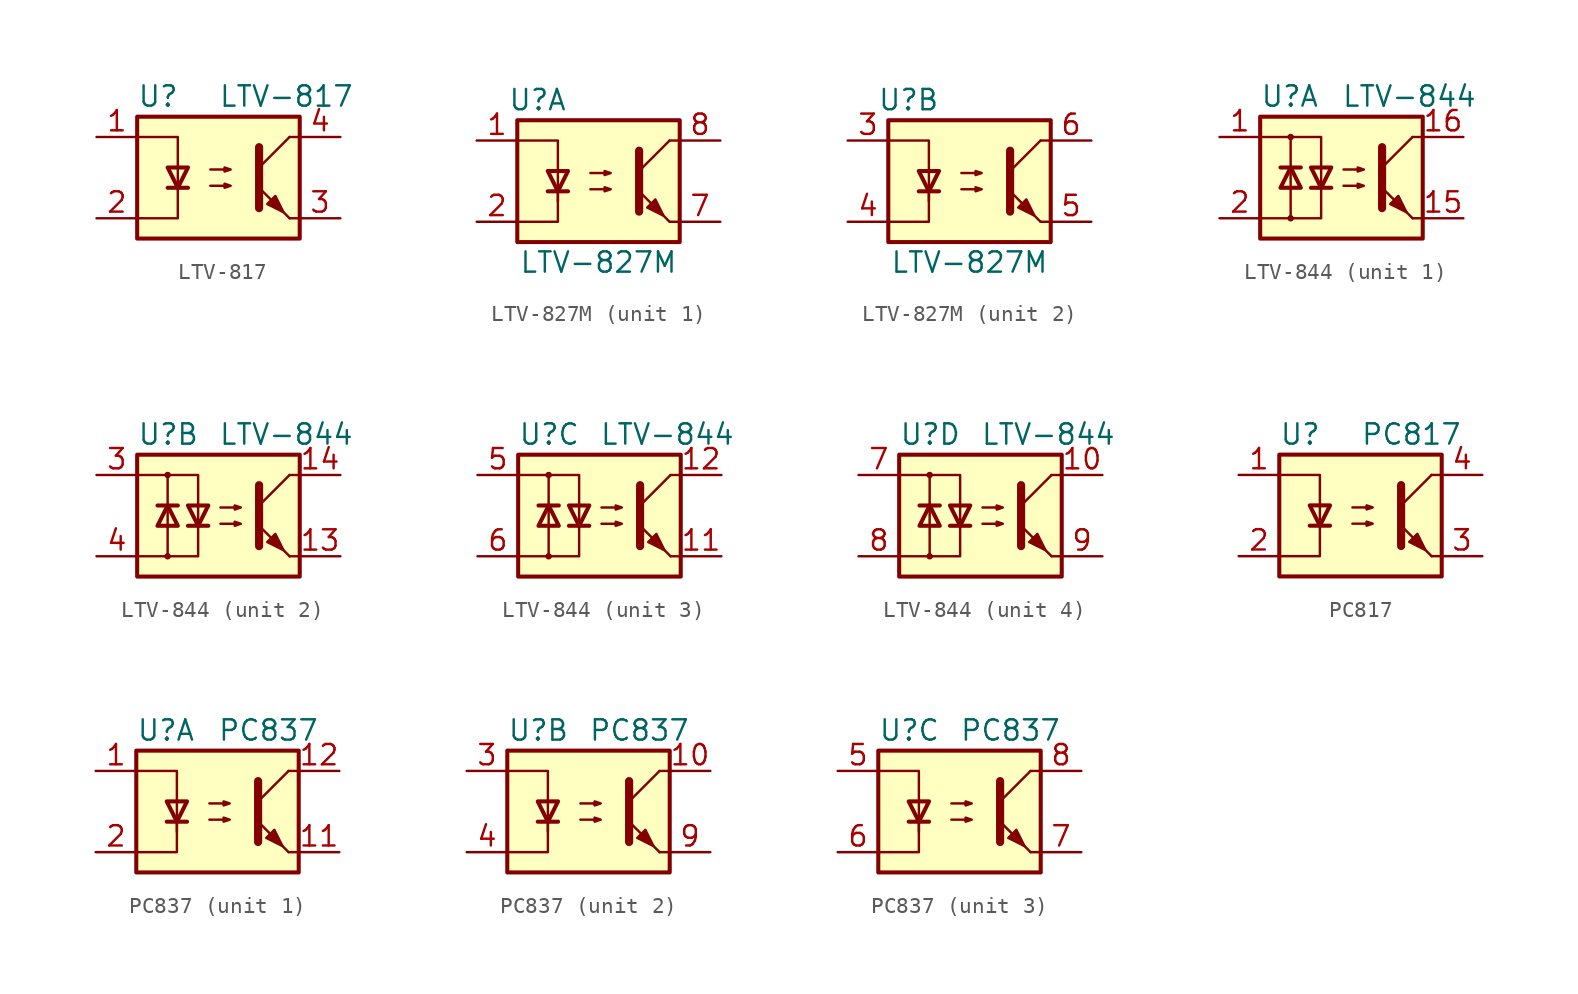
<source format=kicad_sym>
(kicad_symbol_lib
  (version 20201005)
  (generator kicad_symbol_editor)
  (symbol "LTV-817"
    (pin_names
      (offset 1.016))
    (property "Reference" "U"
      (at -5.08 5.08 0)
      (effects (font (size 1.27 1.27)) (justify left)))
    (property "Value" "LTV-817"
      (at 0 5.08 0)
      (effects (font (size 1.27 1.27)) (justify left)))
    (symbol "LTV-817_0_1"
      (rectangle (start -5.08 3.81) (end 5.08 -3.81) (stroke (width 0.254)) (fill (type background)))
      (polyline (pts (xy -3.175 -0.635) (xy -1.905 -0.635)) (stroke (width 0.254)) (fill (type none)))
      (polyline (pts (xy 2.54 0.635) (xy 4.445 2.54)) (stroke (width 0)) (fill (type none)))
      (polyline (pts (xy 4.445 -2.54) (xy 2.54 -0.635)) (stroke (width 0)) (fill (type outline)))
      (polyline (pts (xy 4.445 -2.54) (xy 5.08 -2.54)) (stroke (width 0)) (fill (type none)))
      (polyline (pts (xy 4.445 2.54) (xy 5.08 2.54)) (stroke (width 0)) (fill (type none)))
      (polyline (pts (xy -5.08 2.54) (xy -2.54 2.54) (xy -2.54 -0.762)) (stroke (width 0)) (fill (type none)))
      (polyline (pts (xy -2.54 -0.635) (xy -2.54 -2.54) (xy -5.08 -2.54)) (stroke (width 0)) (fill (type none)))
      (polyline (pts (xy 2.54 1.905) (xy 2.54 -1.905) (xy 2.54 -1.905)) (stroke (width 0.508)) (fill (type none)))
      (polyline (pts (xy -2.54 -0.635) (xy -3.175 0.635) (xy -1.905 0.635) (xy -2.54 -0.635)) (stroke (width 0.254)) (fill (type none)))
      (polyline (pts (xy -0.508 -0.508) (xy 0.762 -0.508) (xy 0.381 -0.635) (xy 0.381 -0.381) (xy 0.762 -0.508)) (stroke (width 0)) (fill (type none)))
      (polyline (pts (xy -0.508 0.508) (xy 0.762 0.508) (xy 0.381 0.381) (xy 0.381 0.635) (xy 0.762 0.508)) (stroke (width 0)) (fill (type none)))
      (polyline (pts (xy 3.048 -1.651) (xy 3.556 -1.143) (xy 4.064 -2.159) (xy 3.048 -1.651) (xy 3.048 -1.651)) (stroke (width 0)) (fill (type outline))))
    (symbol "LTV-817_1_1"
      (pin passive line (at -7.62 2.54 0) (length 2.54) (name "~" (effects (font (size 1.27 1.27)))) (number "1" (effects (font (size 1.27 1.27)))))
      (pin passive line (at -7.62 -2.54 0) (length 2.54) (name "~" (effects (font (size 1.27 1.27)))) (number "2" (effects (font (size 1.27 1.27)))))
      (pin passive line (at 7.62 -2.54 180) (length 2.54) (name "~" (effects (font (size 1.27 1.27)))) (number "3" (effects (font (size 1.27 1.27)))))
      (pin passive line (at 7.62 2.54 180) (length 2.54) (name "~" (effects (font (size 1.27 1.27)))) (number "4" (effects (font (size 1.27 1.27)))))))
  (symbol "LTV-827M"
    (pin_names
      (offset 1.016))
    (property "Reference" "U"
      (at -3.81 5.08 0)
      (effects (font (size 1.27 1.27))))
    (property "Value" "LTV-827M"
      (at 0 -5.08 0)
      (effects (font (size 1.27 1.27))))
    (symbol "LTV-827M_0_1"
      (rectangle (start -5.08 3.81) (end 5.08 -3.81) (stroke (width 0.254)) (fill (type background)))
      (polyline (pts (xy -3.175 -0.635) (xy -1.905 -0.635)) (stroke (width 0.254)) (fill (type none)))
      (polyline (pts (xy 2.54 0.635) (xy 4.445 2.54)) (stroke (width 0)) (fill (type none)))
      (polyline (pts (xy 4.445 -2.54) (xy 2.54 -0.635)) (stroke (width 0)) (fill (type outline)))
      (polyline (pts (xy 4.445 -2.54) (xy 5.08 -2.54)) (stroke (width 0)) (fill (type none)))
      (polyline (pts (xy 4.445 2.54) (xy 5.08 2.54)) (stroke (width 0)) (fill (type none)))
      (polyline (pts (xy -2.54 -0.635) (xy -2.54 -2.54) (xy -5.08 -2.54)) (stroke (width 0)) (fill (type none)))
      (polyline (pts (xy 2.54 1.905) (xy 2.54 -1.905) (xy 2.54 -1.905)) (stroke (width 0.508)) (fill (type none)))
      (polyline (pts (xy -5.08 2.54) (xy -2.54 2.54) (xy -2.54 -1.27) (xy -2.54 0.635)) (stroke (width 0)) (fill (type none)))
      (polyline (pts (xy -2.54 -0.635) (xy -3.175 0.635) (xy -1.905 0.635) (xy -2.54 -0.635)) (stroke (width 0.254)) (fill (type none)))
      (polyline (pts (xy -0.508 -0.508) (xy 0.762 -0.508) (xy 0.381 -0.635) (xy 0.381 -0.381) (xy 0.762 -0.508)) (stroke (width 0)) (fill (type none)))
      (polyline (pts (xy -0.508 0.508) (xy 0.762 0.508) (xy 0.381 0.381) (xy 0.381 0.635) (xy 0.762 0.508)) (stroke (width 0)) (fill (type none)))
      (polyline (pts (xy 3.048 -1.651) (xy 3.556 -1.143) (xy 4.064 -2.159) (xy 3.048 -1.651) (xy 3.048 -1.651)) (stroke (width 0)) (fill (type outline))))
    (symbol "LTV-827M_1_1"
      (pin passive line (at -7.62 2.54 0) (length 2.54) (name "~" (effects (font (size 1.27 1.27)))) (number "1" (effects (font (size 1.27 1.27)))))
      (pin passive line (at -7.62 -2.54 0) (length 2.54) (name "~" (effects (font (size 1.27 1.27)))) (number "2" (effects (font (size 1.27 1.27)))))
      (pin passive line (at 7.62 -2.54 180) (length 2.54) (name "~" (effects (font (size 1.27 1.27)))) (number "7" (effects (font (size 1.27 1.27)))))
      (pin passive line (at 7.62 2.54 180) (length 2.54) (name "~" (effects (font (size 1.27 1.27)))) (number "8" (effects (font (size 1.27 1.27))))))
    (symbol "LTV-827M_2_1"
      (pin passive line (at -7.62 2.54 0) (length 2.54) (name "~" (effects (font (size 1.27 1.27)))) (number "3" (effects (font (size 1.27 1.27)))))
      (pin passive line (at -7.62 -2.54 0) (length 2.54) (name "~" (effects (font (size 1.27 1.27)))) (number "4" (effects (font (size 1.27 1.27)))))
      (pin passive line (at 7.62 -2.54 180) (length 2.54) (name "~" (effects (font (size 1.27 1.27)))) (number "5" (effects (font (size 1.27 1.27)))))
      (pin passive line (at 7.62 2.54 180) (length 2.54) (name "~" (effects (font (size 1.27 1.27)))) (number "6" (effects (font (size 1.27 1.27)))))))
  (symbol "LTV-844"
    (pin_names
      (offset 1.016))
    (property "Reference" "U"
      (at -5.08 5.08 0)
      (effects (font (size 1.27 1.27)) (justify left)))
    (property "Value" "LTV-844"
      (at 0 5.08 0)
      (effects (font (size 1.27 1.27)) (justify left)))
    (symbol "LTV-844_0_1"
      (circle (center -3.175 -2.54) (radius 0.127) (stroke (width 0)) (fill (type none)))
      (circle (center -3.175 2.54) (radius 0.127) (stroke (width 0)) (fill (type none)))
      (rectangle (start -5.08 3.81) (end 5.08 -3.81) (stroke (width 0.254)) (fill (type background)))
      (polyline (pts (xy -3.81 0.635) (xy -2.54 0.635)) (stroke (width 0.254)) (fill (type none)))
      (polyline (pts (xy -3.175 0.635) (xy -3.175 -2.54)) (stroke (width 0)) (fill (type none)))
      (polyline (pts (xy -3.175 0.635) (xy -3.175 2.54)) (stroke (width 0)) (fill (type none)))
      (polyline (pts (xy -1.905 -0.635) (xy -0.635 -0.635)) (stroke (width 0.254)) (fill (type none)))
      (polyline (pts (xy 2.54 0.635) (xy 4.445 2.54)) (stroke (width 0)) (fill (type none)))
      (polyline (pts (xy 4.445 -2.54) (xy 2.54 -0.635)) (stroke (width 0)) (fill (type outline)))
      (polyline (pts (xy 4.445 -2.54) (xy 5.08 -2.54)) (stroke (width 0)) (fill (type none)))
      (polyline (pts (xy 4.445 2.54) (xy 5.08 2.54)) (stroke (width 0)) (fill (type none)))
      (polyline (pts (xy -5.08 2.54) (xy -1.27 2.54) (xy -1.27 -0.635)) (stroke (width 0)) (fill (type none)))
      (polyline (pts (xy -1.27 -0.635) (xy -1.27 -2.54) (xy -5.08 -2.54)) (stroke (width 0)) (fill (type none)))
      (polyline (pts (xy 2.54 1.905) (xy 2.54 -1.905) (xy 2.54 -1.905)) (stroke (width 0.508)) (fill (type none)))
      (polyline (pts (xy -3.175 0.635) (xy -3.81 -0.635) (xy -2.54 -0.635) (xy -3.175 0.635)) (stroke (width 0.254)) (fill (type none)))
      (polyline (pts (xy -1.27 -0.635) (xy -1.905 0.635) (xy -0.635 0.635) (xy -1.27 -0.635)) (stroke (width 0.254)) (fill (type none)))
      (polyline (pts (xy 0.127 -0.508) (xy 1.397 -0.508) (xy 1.016 -0.635) (xy 1.016 -0.381) (xy 1.397 -0.508)) (stroke (width 0)) (fill (type none)))
      (polyline (pts (xy 0.127 0.508) (xy 1.397 0.508) (xy 1.016 0.381) (xy 1.016 0.635) (xy 1.397 0.508)) (stroke (width 0)) (fill (type none)))
      (polyline (pts (xy 3.048 -1.651) (xy 3.556 -1.143) (xy 4.064 -2.159) (xy 3.048 -1.651) (xy 3.048 -1.651)) (stroke (width 0)) (fill (type outline))))
    (symbol "LTV-844_1_1"
      (pin passive line (at -7.62 2.54 0) (length 2.54) (name "~" (effects (font (size 1.27 1.27)))) (number "1" (effects (font (size 1.27 1.27)))))
      (pin passive line (at 7.62 -2.54 180) (length 2.54) (name "~" (effects (font (size 1.27 1.27)))) (number "15" (effects (font (size 1.27 1.27)))))
      (pin passive line (at 7.62 2.54 180) (length 2.54) (name "~" (effects (font (size 1.27 1.27)))) (number "16" (effects (font (size 1.27 1.27)))))
      (pin passive line (at -7.62 -2.54 0) (length 2.54) (name "~" (effects (font (size 1.27 1.27)))) (number "2" (effects (font (size 1.27 1.27))))))
    (symbol "LTV-844_2_1"
      (pin passive line (at 7.62 -2.54 180) (length 2.54) (name "~" (effects (font (size 1.27 1.27)))) (number "13" (effects (font (size 1.27 1.27)))))
      (pin passive line (at 7.62 2.54 180) (length 2.54) (name "~" (effects (font (size 1.27 1.27)))) (number "14" (effects (font (size 1.27 1.27)))))
      (pin passive line (at -7.62 2.54 0) (length 2.54) (name "~" (effects (font (size 1.27 1.27)))) (number "3" (effects (font (size 1.27 1.27)))))
      (pin passive line (at -7.62 -2.54 0) (length 2.54) (name "~" (effects (font (size 1.27 1.27)))) (number "4" (effects (font (size 1.27 1.27))))))
    (symbol "LTV-844_3_1"
      (pin passive line (at 7.62 -2.54 180) (length 2.54) (name "~" (effects (font (size 1.27 1.27)))) (number "11" (effects (font (size 1.27 1.27)))))
      (pin passive line (at 7.62 2.54 180) (length 2.54) (name "~" (effects (font (size 1.27 1.27)))) (number "12" (effects (font (size 1.27 1.27)))))
      (pin passive line (at -7.62 2.54 0) (length 2.54) (name "~" (effects (font (size 1.27 1.27)))) (number "5" (effects (font (size 1.27 1.27)))))
      (pin passive line (at -7.62 -2.54 0) (length 2.54) (name "~" (effects (font (size 1.27 1.27)))) (number "6" (effects (font (size 1.27 1.27))))))
    (symbol "LTV-844_4_1"
      (pin passive line (at 7.62 2.54 180) (length 2.54) (name "~" (effects (font (size 1.27 1.27)))) (number "10" (effects (font (size 1.27 1.27)))))
      (pin passive line (at -7.62 2.54 0) (length 2.54) (name "~" (effects (font (size 1.27 1.27)))) (number "7" (effects (font (size 1.27 1.27)))))
      (pin passive line (at -7.62 -2.54 0) (length 2.54) (name "~" (effects (font (size 1.27 1.27)))) (number "8" (effects (font (size 1.27 1.27)))))
      (pin passive line (at 7.62 -2.54 180) (length 2.54) (name "~" (effects (font (size 1.27 1.27)))) (number "9" (effects (font (size 1.27 1.27)))))))
  (symbol "PC817"
    (pin_names
      (offset 1.016))
    (property "Reference" "U"
      (at -5.08 5.08 0)
      (effects (font (size 1.27 1.27)) (justify left)))
    (property "Value" "PC817"
      (at 0 5.08 0)
      (effects (font (size 1.27 1.27)) (justify left)))
    (symbol "PC817_0_1"
      (rectangle (start -5.08 3.81) (end 5.08 -3.81) (stroke (width 0.254)) (fill (type background)))
      (polyline (pts (xy -3.175 -0.635) (xy -1.905 -0.635)) (stroke (width 0.254)) (fill (type none)))
      (polyline (pts (xy 2.54 0.635) (xy 4.445 2.54)) (stroke (width 0)) (fill (type none)))
      (polyline (pts (xy 4.445 -2.54) (xy 2.54 -0.635)) (stroke (width 0)) (fill (type outline)))
      (polyline (pts (xy 4.445 -2.54) (xy 5.08 -2.54)) (stroke (width 0)) (fill (type none)))
      (polyline (pts (xy 4.445 2.54) (xy 5.08 2.54)) (stroke (width 0)) (fill (type none)))
      (polyline (pts (xy -5.08 2.54) (xy -2.54 2.54) (xy -2.54 -0.635)) (stroke (width 0)) (fill (type none)))
      (polyline (pts (xy -2.54 -0.635) (xy -2.54 -2.54) (xy -5.08 -2.54)) (stroke (width 0)) (fill (type none)))
      (polyline (pts (xy 2.54 1.905) (xy 2.54 -1.905) (xy 2.54 -1.905)) (stroke (width 0.508)) (fill (type none)))
      (polyline (pts (xy -2.54 -0.635) (xy -3.175 0.635) (xy -1.905 0.635) (xy -2.54 -0.635)) (stroke (width 0.254)) (fill (type none)))
      (polyline (pts (xy -0.508 -0.508) (xy 0.762 -0.508) (xy 0.381 -0.635) (xy 0.381 -0.381) (xy 0.762 -0.508)) (stroke (width 0)) (fill (type none)))
      (polyline (pts (xy -0.508 0.508) (xy 0.762 0.508) (xy 0.381 0.381) (xy 0.381 0.635) (xy 0.762 0.508)) (stroke (width 0)) (fill (type none)))
      (polyline (pts (xy 3.048 -1.651) (xy 3.556 -1.143) (xy 4.064 -2.159) (xy 3.048 -1.651) (xy 3.048 -1.651)) (stroke (width 0)) (fill (type outline))))
    (symbol "PC817_1_1"
      (pin passive line (at -7.62 2.54 0) (length 2.54) (name "~" (effects (font (size 1.27 1.27)))) (number "1" (effects (font (size 1.27 1.27)))))
      (pin passive line (at -7.62 -2.54 0) (length 2.54) (name "~" (effects (font (size 1.27 1.27)))) (number "2" (effects (font (size 1.27 1.27)))))
      (pin passive line (at 7.62 -2.54 180) (length 2.54) (name "~" (effects (font (size 1.27 1.27)))) (number "3" (effects (font (size 1.27 1.27)))))
      (pin passive line (at 7.62 2.54 180) (length 2.54) (name "~" (effects (font (size 1.27 1.27)))) (number "4" (effects (font (size 1.27 1.27)))))))
  (symbol "PC837"
    (pin_names
      (offset 1.016))
    (property "Reference" "U"
      (at -5.08 5.08 0)
      (effects (font (size 1.27 1.27)) (justify left)))
    (property "Value" "PC837"
      (at 0 5.08 0)
      (effects (font (size 1.27 1.27)) (justify left)))
    (symbol "PC837_0_1"
      (rectangle (start -5.08 3.81) (end 5.08 -3.81) (stroke (width 0.254)) (fill (type background)))
      (polyline (pts (xy -3.175 -0.635) (xy -1.905 -0.635)) (stroke (width 0.254)) (fill (type none)))
      (polyline (pts (xy 2.54 0.635) (xy 4.445 2.54)) (stroke (width 0)) (fill (type none)))
      (polyline (pts (xy 4.445 -2.54) (xy 2.54 -0.635)) (stroke (width 0)) (fill (type outline)))
      (polyline (pts (xy 4.445 -2.54) (xy 5.08 -2.54)) (stroke (width 0)) (fill (type none)))
      (polyline (pts (xy 4.445 2.54) (xy 5.08 2.54)) (stroke (width 0)) (fill (type none)))
      (polyline (pts (xy -2.54 -0.635) (xy -2.54 -2.54) (xy -5.08 -2.54)) (stroke (width 0)) (fill (type none)))
      (polyline (pts (xy 2.54 1.905) (xy 2.54 -1.905) (xy 2.54 -1.905)) (stroke (width 0.508)) (fill (type none)))
      (polyline (pts (xy -5.08 2.54) (xy -2.54 2.54) (xy -2.54 -1.27) (xy -2.54 0.635)) (stroke (width 0)) (fill (type none)))
      (polyline (pts (xy -2.54 -0.635) (xy -3.175 0.635) (xy -1.905 0.635) (xy -2.54 -0.635)) (stroke (width 0.254)) (fill (type none)))
      (polyline (pts (xy -0.508 -0.508) (xy 0.762 -0.508) (xy 0.381 -0.635) (xy 0.381 -0.381) (xy 0.762 -0.508)) (stroke (width 0)) (fill (type none)))
      (polyline (pts (xy -0.508 0.508) (xy 0.762 0.508) (xy 0.381 0.381) (xy 0.381 0.635) (xy 0.762 0.508)) (stroke (width 0)) (fill (type none)))
      (polyline (pts (xy 3.048 -1.651) (xy 3.556 -1.143) (xy 4.064 -2.159) (xy 3.048 -1.651) (xy 3.048 -1.651)) (stroke (width 0)) (fill (type outline))))
    (symbol "PC837_1_1"
      (pin passive line (at -7.62 2.54 0) (length 2.54) (name "~" (effects (font (size 1.27 1.27)))) (number "1" (effects (font (size 1.27 1.27)))))
      (pin passive line (at 7.62 -2.54 180) (length 2.54) (name "~" (effects (font (size 1.27 1.27)))) (number "11" (effects (font (size 1.27 1.27)))))
      (pin passive line (at 7.62 2.54 180) (length 2.54) (name "~" (effects (font (size 1.27 1.27)))) (number "12" (effects (font (size 1.27 1.27)))))
      (pin passive line (at -7.62 -2.54 0) (length 2.54) (name "~" (effects (font (size 1.27 1.27)))) (number "2" (effects (font (size 1.27 1.27))))))
    (symbol "PC837_2_1"
      (pin passive line (at 7.62 2.54 180) (length 2.54) (name "~" (effects (font (size 1.27 1.27)))) (number "10" (effects (font (size 1.27 1.27)))))
      (pin passive line (at -7.62 2.54 0) (length 2.54) (name "~" (effects (font (size 1.27 1.27)))) (number "3" (effects (font (size 1.27 1.27)))))
      (pin passive line (at -7.62 -2.54 0) (length 2.54) (name "~" (effects (font (size 1.27 1.27)))) (number "4" (effects (font (size 1.27 1.27)))))
      (pin passive line (at 7.62 -2.54 180) (length 2.54) (name "~" (effects (font (size 1.27 1.27)))) (number "9" (effects (font (size 1.27 1.27))))))
    (symbol "PC837_3_1"
      (pin passive line (at -7.62 2.54 0) (length 2.54) (name "~" (effects (font (size 1.27 1.27)))) (number "5" (effects (font (size 1.27 1.27)))))
      (pin passive line (at -7.62 -2.54 0) (length 2.54) (name "~" (effects (font (size 1.27 1.27)))) (number "6" (effects (font (size 1.27 1.27)))))
      (pin passive line (at 7.62 -2.54 180) (length 2.54) (name "~" (effects (font (size 1.27 1.27)))) (number "7" (effects (font (size 1.27 1.27)))))
      (pin passive line (at 7.62 2.54 180) (length 2.54) (name "~" (effects (font (size 1.27 1.27)))) (number "8" (effects (font (size 1.27 1.27))))))))
</source>
